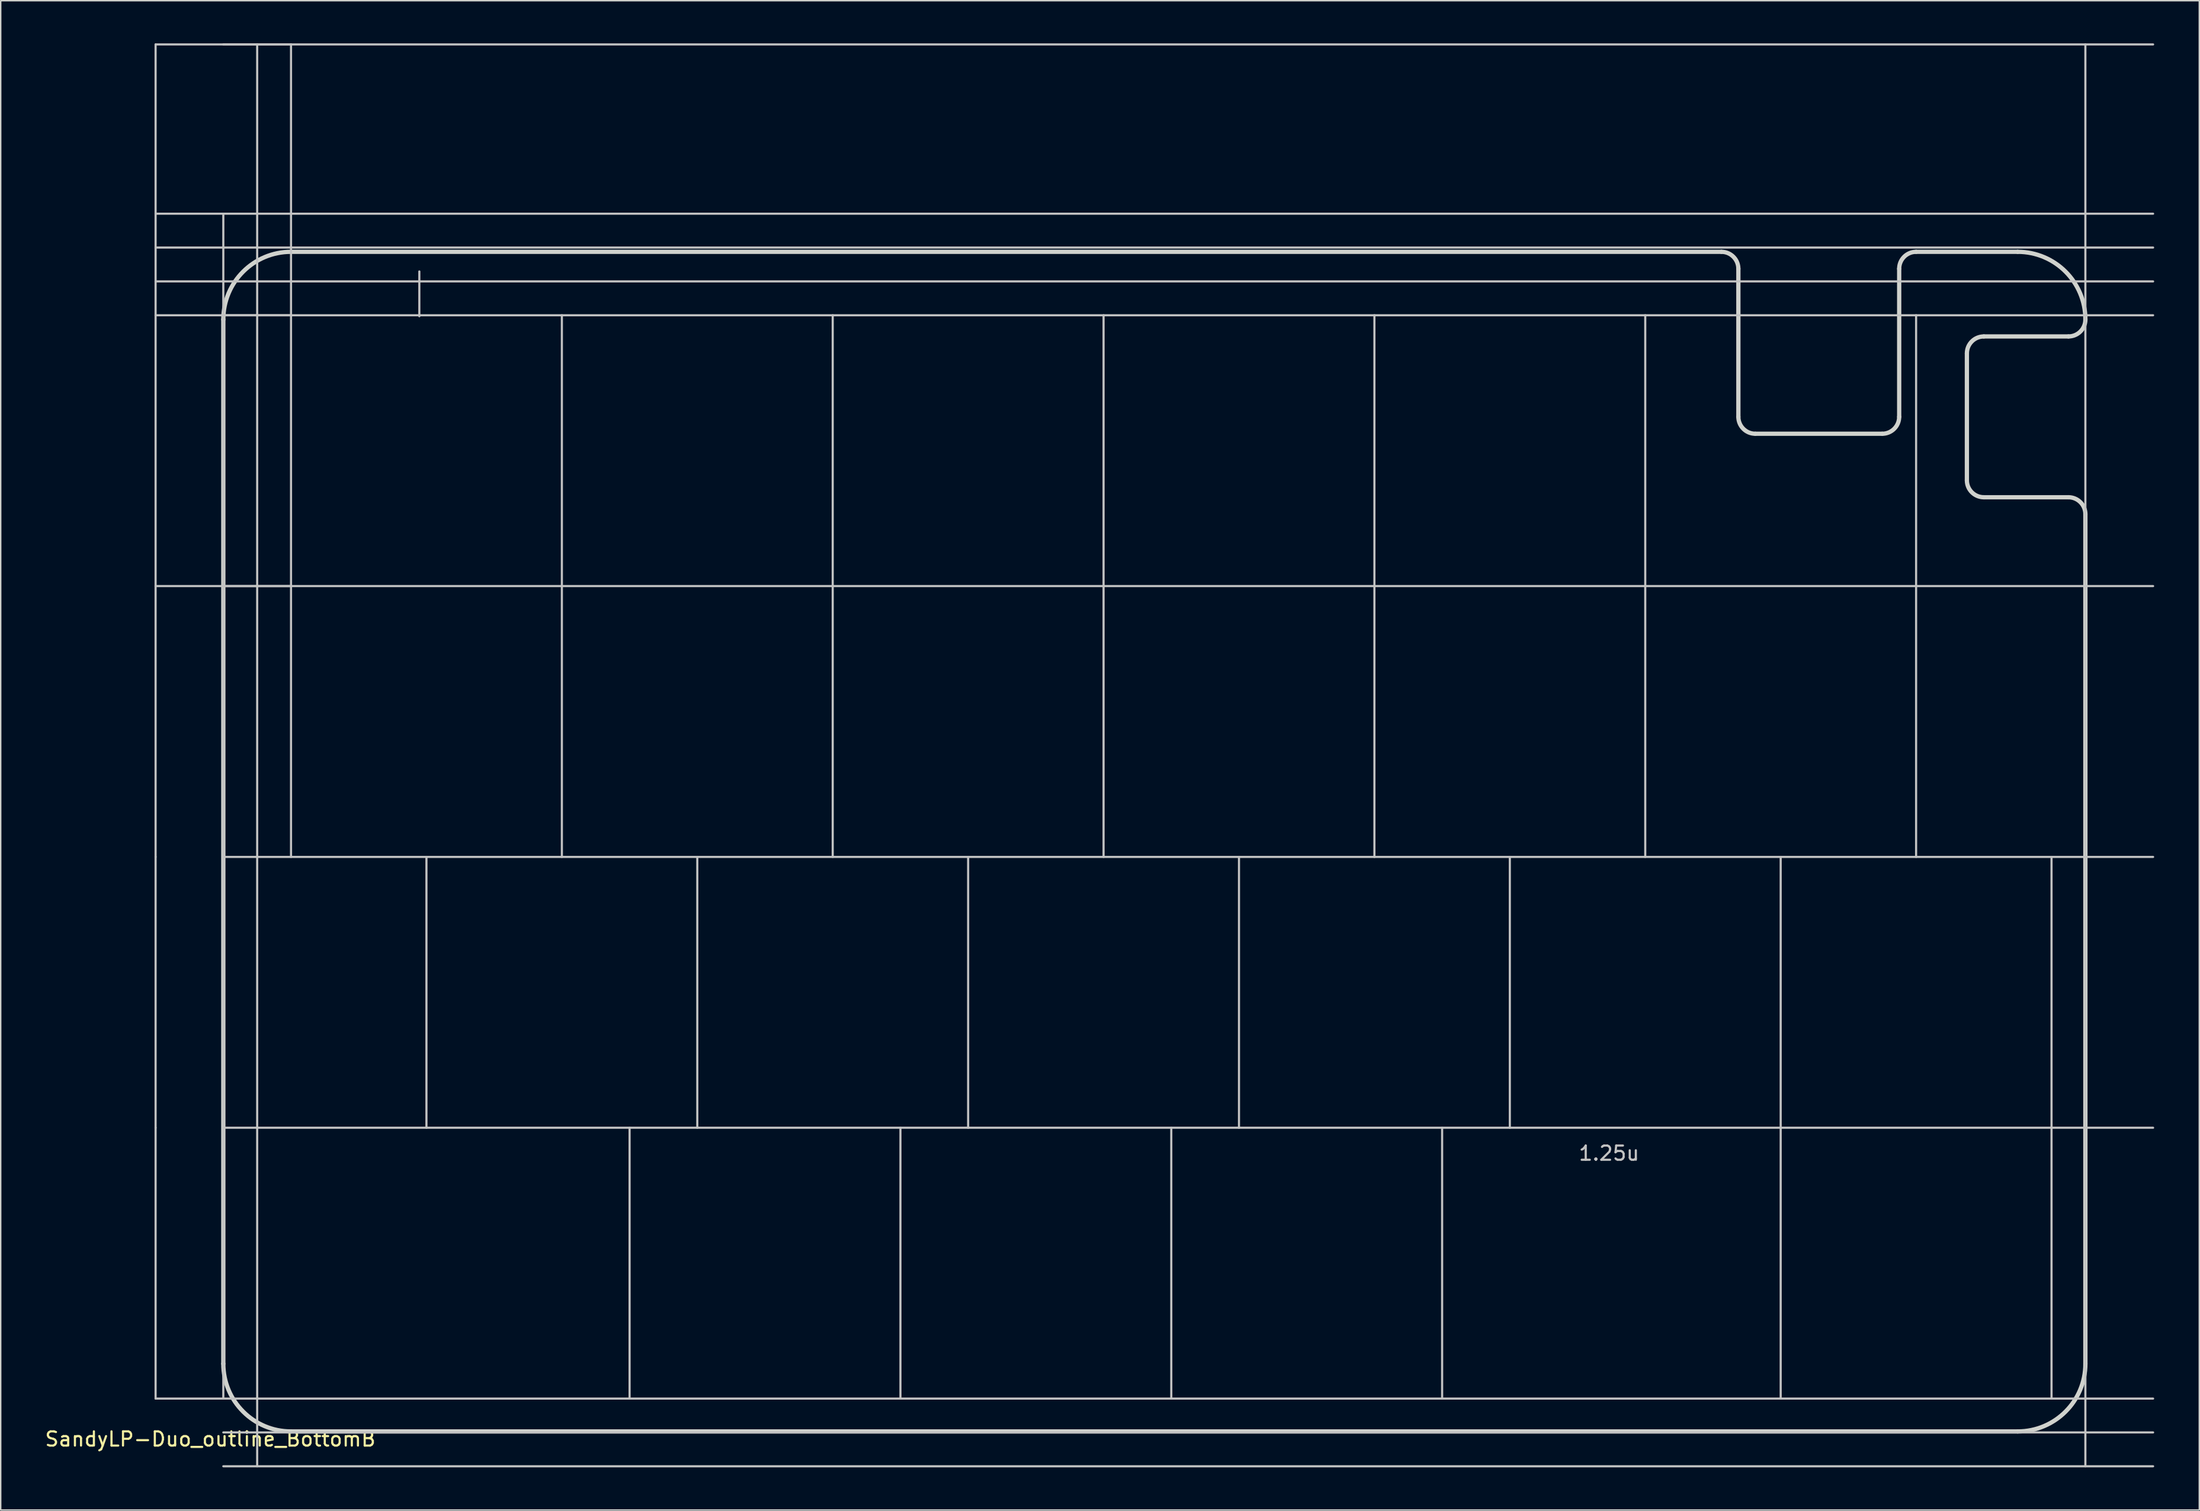
<source format=kicad_pcb>
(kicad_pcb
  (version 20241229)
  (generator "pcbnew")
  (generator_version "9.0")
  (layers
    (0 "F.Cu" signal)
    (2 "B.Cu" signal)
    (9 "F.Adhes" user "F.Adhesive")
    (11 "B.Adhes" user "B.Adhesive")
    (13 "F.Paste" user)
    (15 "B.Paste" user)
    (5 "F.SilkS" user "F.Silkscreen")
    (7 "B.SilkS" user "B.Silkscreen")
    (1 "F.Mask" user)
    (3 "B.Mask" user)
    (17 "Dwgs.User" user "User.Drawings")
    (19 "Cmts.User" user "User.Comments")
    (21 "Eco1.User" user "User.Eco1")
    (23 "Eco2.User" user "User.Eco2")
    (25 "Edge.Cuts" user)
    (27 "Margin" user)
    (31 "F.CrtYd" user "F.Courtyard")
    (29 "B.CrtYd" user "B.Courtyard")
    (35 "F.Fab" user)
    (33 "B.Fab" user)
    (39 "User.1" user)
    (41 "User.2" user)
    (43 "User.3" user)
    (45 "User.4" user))
  (footprint "SandyLP-Duo_outline_BottomB"
    (layer "F.Cu")
    (at 148.388 66.75)
    (property "Reference" "SandyLP-Duo_outline_BottomB" (at -136.644 31.425 0) (layer "F.SilkS") (effects (font (size 1 1) (thickness 0.15))))
    (attr through_hole)
    (fp_line (start -140.494 -66.675) (end -130.969 -66.675) (stroke (width 0.15) (type solid)) (layer "Dwgs.User"))
    (fp_line (start -140.494 -47.625) (end -140.494 -66.675) (stroke (width 0.15) (type solid)) (layer "Dwgs.User"))
    (fp_line (start -140.494 -47.625) (end -130.969 -47.625) (stroke (width 0.15) (type solid)) (layer "Dwgs.User"))
    (fp_line (start -140.494 -28.575) (end -140.494 -47.625) (stroke (width 0.15) (type solid)) (layer "Dwgs.User"))
    (fp_line (start -140.494 -28.575) (end -130.969 -28.575) (stroke (width 0.15) (type solid)) (layer "Dwgs.User"))
    (fp_line (start -140.494 -9.525) (end -140.494 -28.575) (stroke (width 0.15) (type solid)) (layer "Dwgs.User"))
    (fp_line (start -140.494 9.525) (end -140.494 -9.525) (stroke (width 0.15) (type solid)) (layer "Dwgs.User"))
    (fp_line (start -140.494 28.575) (end -140.494 9.525) (stroke (width 0.15) (type solid)) (layer "Dwgs.User"))
    (fp_line (start -135.731 28.575) (end -135.731 -54.769) (stroke (width 0.15) (type solid)) (layer "Dwgs.User"))
    (fp_line (start -133.35 33.337) (end -133.35 -66.675) (stroke (width 0.15) (type solid)) (layer "Dwgs.User"))
    (fp_line (start -130.969 -47.625) (end -130.969 -66.675) (stroke (width 0.15) (type solid)) (layer "Dwgs.User"))
    (fp_line (start -130.969 -28.575) (end -130.969 -47.625) (stroke (width 0.15) (type solid)) (layer "Dwgs.User"))
    (fp_line (start -130.969 -9.525) (end -130.969 -28.575) (stroke (width 0.15) (type solid)) (layer "Dwgs.User"))
    (fp_line (start -121.944 -50.706) (end -121.944 -47.556) (stroke (width 0.15) (type solid)) (layer "Dwgs.User"))
    (fp_line (start -121.444 9.525) (end -121.444 -9.525) (stroke (width 0.15) (type solid)) (layer "Dwgs.User"))
    (fp_line (start -111.919 -28.575) (end -111.919 -47.625) (stroke (width 0.15) (type solid)) (layer "Dwgs.User"))
    (fp_line (start -111.919 -9.525) (end -111.919 -28.575) (stroke (width 0.15) (type solid)) (layer "Dwgs.User"))
    (fp_line (start -107.156 28.575) (end -107.156 9.525) (stroke (width 0.15) (type solid)) (layer "Dwgs.User"))
    (fp_line (start -102.394 9.525) (end -102.394 -9.525) (stroke (width 0.15) (type solid)) (layer "Dwgs.User"))
    (fp_line (start -92.869 -28.575) (end -92.869 -47.625) (stroke (width 0.15) (type solid)) (layer "Dwgs.User"))
    (fp_line (start -92.869 -9.525) (end -92.869 -28.575) (stroke (width 0.15) (type solid)) (layer "Dwgs.User"))
    (fp_line (start -88.106 28.575) (end -88.106 9.525) (stroke (width 0.15) (type solid)) (layer "Dwgs.User"))
    (fp_line (start -83.344 9.525) (end -83.344 -9.525) (stroke (width 0.15) (type solid)) (layer "Dwgs.User"))
    (fp_line (start -73.819 -28.575) (end -73.819 -47.625) (stroke (width 0.15) (type solid)) (layer "Dwgs.User"))
    (fp_line (start -73.819 -9.525) (end -73.819 -28.575) (stroke (width 0.15) (type solid)) (layer "Dwgs.User"))
    (fp_line (start -69.056 28.575) (end -69.056 9.525) (stroke (width 0.15) (type solid)) (layer "Dwgs.User"))
    (fp_line (start -64.294 9.525) (end -64.294 -9.525) (stroke (width 0.15) (type solid)) (layer "Dwgs.User"))
    (fp_line (start -54.769 -28.575) (end -54.769 -47.625) (stroke (width 0.15) (type solid)) (layer "Dwgs.User"))
    (fp_line (start -54.769 -9.525) (end -54.769 -28.575) (stroke (width 0.15) (type solid)) (layer "Dwgs.User"))
    (fp_line (start -50.006 28.575) (end -50.006 9.525) (stroke (width 0.15) (type solid)) (layer "Dwgs.User"))
    (fp_line (start -45.244 9.525) (end -45.244 -9.525) (stroke (width 0.15) (type solid)) (layer "Dwgs.User"))
    (fp_line (start -35.719 -28.575) (end -35.719 -47.625) (stroke (width 0.15) (type solid)) (layer "Dwgs.User"))
    (fp_line (start -35.719 -9.525) (end -35.719 -28.575) (stroke (width 0.15) (type solid)) (layer "Dwgs.User"))
    (fp_line (start -26.194 9.525) (end -26.194 -9.525) (stroke (width 0.15) (type solid)) (layer "Dwgs.User"))
    (fp_line (start -26.194 28.575) (end -26.194 9.525) (stroke (width 0.15) (type solid)) (layer "Dwgs.User"))
    (fp_line (start -16.669 -28.575) (end -16.669 -47.625) (stroke (width 0.15) (type solid)) (layer "Dwgs.User"))
    (fp_line (start -16.669 -9.525) (end -16.669 -28.575) (stroke (width 0.15) (type solid)) (layer "Dwgs.User"))
    (fp_line (start -7.144 9.525) (end -7.144 -9.525) (stroke (width 0.15) (type solid)) (layer "Dwgs.User"))
    (fp_line (start -7.144 28.575) (end -7.144 9.525) (stroke (width 0.15) (type solid)) (layer "Dwgs.User"))
    (fp_line (start -4.763 33.337) (end -4.763 -66.675) (stroke (width 0.15) (type solid)) (layer "Dwgs.User"))
    (fp_line (start 0 -66.675) (end -135.731 -66.675) (stroke (width 0.15) (type solid)) (layer "Dwgs.User"))
    (fp_line (start 0 -54.769) (end -140.494 -54.769) (stroke (width 0.15) (type solid)) (layer "Dwgs.User"))
    (fp_line (start 0 -52.388) (end -140.494 -52.388) (stroke (width 0.15) (type solid)) (layer "Dwgs.User"))
    (fp_line (start 0 -50.006) (end -140.494 -50.006) (stroke (width 0.15) (type solid)) (layer "Dwgs.User"))
    (fp_line (start 0 -47.625) (end -135.731 -47.625) (stroke (width 0.15) (type solid)) (layer "Dwgs.User"))
    (fp_line (start 0 -28.575) (end -135.731 -28.575) (stroke (width 0.15) (type solid)) (layer "Dwgs.User"))
    (fp_line (start 0 -9.525) (end -135.731 -9.525) (stroke (width 0.15) (type solid)) (layer "Dwgs.User"))
    (fp_line (start 0 9.525) (end -135.731 9.525) (stroke (width 0.15) (type solid)) (layer "Dwgs.User"))
    (fp_line (start 0 28.575) (end -140.494 28.575) (stroke (width 0.15) (type solid)) (layer "Dwgs.User"))
    (fp_line (start 0 30.956) (end -135.731 30.956) (stroke (width 0.15) (type solid)) (layer "Dwgs.User"))
    (fp_line (start 0 33.337) (end -135.731 33.337) (stroke (width 0.15) (type solid)) (layer "Dwgs.User"))
    (fp_line (start -135.731 26.123) (end -135.731 -47.325) (stroke (width 0.3) (type solid)) (layer "Edge.Cuts"))
    (fp_line (start -30.361 -52.088) (end -130.969 -52.088) (stroke (width 0.3) (type solid)) (layer "Edge.Cuts"))
    (fp_line (start -29.17 -40.481) (end -29.17 -50.897) (stroke (width 0.3) (type default)) (layer "Edge.Cuts"))
    (fp_line (start -19.05 -39.291) (end -27.98 -39.291) (stroke (width 0.3) (type default)) (layer "Edge.Cuts"))
    (fp_line (start -17.859 -50.897) (end -17.859 -40.481) (stroke (width 0.3) (type default)) (layer "Edge.Cuts"))
    (fp_line (start -13.097 -36.014) (end -13.097 -44.944) (stroke (width 0.3) (type default)) (layer "Edge.Cuts"))
    (fp_line (start -11.906 -46.134) (end -5.953 -46.134) (stroke (width 0.3) (type default)) (layer "Edge.Cuts"))
    (fp_line (start -9.525 -52.088) (end -16.669 -52.088) (stroke (width 0.3) (type solid)) (layer "Edge.Cuts"))
    (fp_line (start -9.525 30.886) (end -130.969 30.886) (stroke (width 0.3) (type solid)) (layer "Edge.Cuts"))
    (fp_line (start -5.953 -34.823) (end -11.906 -34.823) (stroke (width 0.3) (type default)) (layer "Edge.Cuts"))
    (fp_line (start -4.763 26.123) (end -4.763 -33.633) (stroke (width 0.3) (type solid)) (layer "Edge.Cuts"))
    (fp_arc (start -135.731364 -47.32504) (mid -134.33646 -50.692636) (end -130.968864 -52.08754) (stroke (width 0.3) (type default)) (layer "Edge.Cuts"))
    (fp_arc (start -130.968864 30.885971) (mid -134.33646 29.491067) (end -135.731364 26.123471) (stroke (width 0.3) (type default)) (layer "Edge.Cuts"))
    (fp_arc (start -30.360962 -52.08754) (mid -29.519063 -51.738814) (end -29.170337 -50.896915) (stroke (width 0.3) (type default)) (layer "Edge.Cuts"))
    (fp_arc (start -27.979712 -39.290625) (mid -28.821611 -39.639351) (end -29.170337 -40.48125) (stroke (width 0.3) (type default)) (layer "Edge.Cuts"))
    (fp_arc (start -17.859375 -50.896915) (mid -17.510649 -51.738814) (end -16.66875 -52.08754) (stroke (width 0.3) (type default)) (layer "Edge.Cuts"))
    (fp_arc (start -17.859375 -40.48125) (mid -18.208101 -39.639351) (end -19.05 -39.290625) (stroke (width 0.3) (type default)) (layer "Edge.Cuts"))
    (fp_arc (start -13.096885 -44.94379) (mid -12.748159 -45.785689) (end -11.90626 -46.134415) (stroke (width 0.3) (type default)) (layer "Edge.Cuts"))
    (fp_arc (start -11.90626 -34.823453) (mid -12.748159 -35.172179) (end -13.096885 -36.014078) (stroke (width 0.3) (type default)) (layer "Edge.Cuts"))
    (fp_arc (start -9.525004 -52.08754) (mid -6.15741 -50.692634) (end -4.762504 -47.32504) (stroke (width 0.3) (type default)) (layer "Edge.Cuts"))
    (fp_arc (start -5.953129 -34.823453) (mid -5.11123 -34.474727) (end -4.762504 -33.632828) (stroke (width 0.3) (type default)) (layer "Edge.Cuts"))
    (fp_arc (start -4.762504 -47.32504) (mid -5.11123 -46.483141) (end -5.953129 -46.134415) (stroke (width 0.3) (type default)) (layer "Edge.Cuts"))
    (fp_arc (start -4.762504 26.123471) (mid -6.157413 29.491062) (end -9.525004 30.885971) (stroke (width 0.3) (type default)) (layer "Edge.Cuts"))
    (fp_text user "1.25u" (at -40.481 11.906 0) (unlocked yes) (layer "Dwgs.User") (effects (font (size 1 1) (thickness 0.15)) (justify left bottom))))
  (gr_rect
    (start -3 -3)
    (end 151.638 103.162)
    (stroke (width 0.1) (type default))
    (fill no)
    (layer "Edge.Cuts")))
</source>
